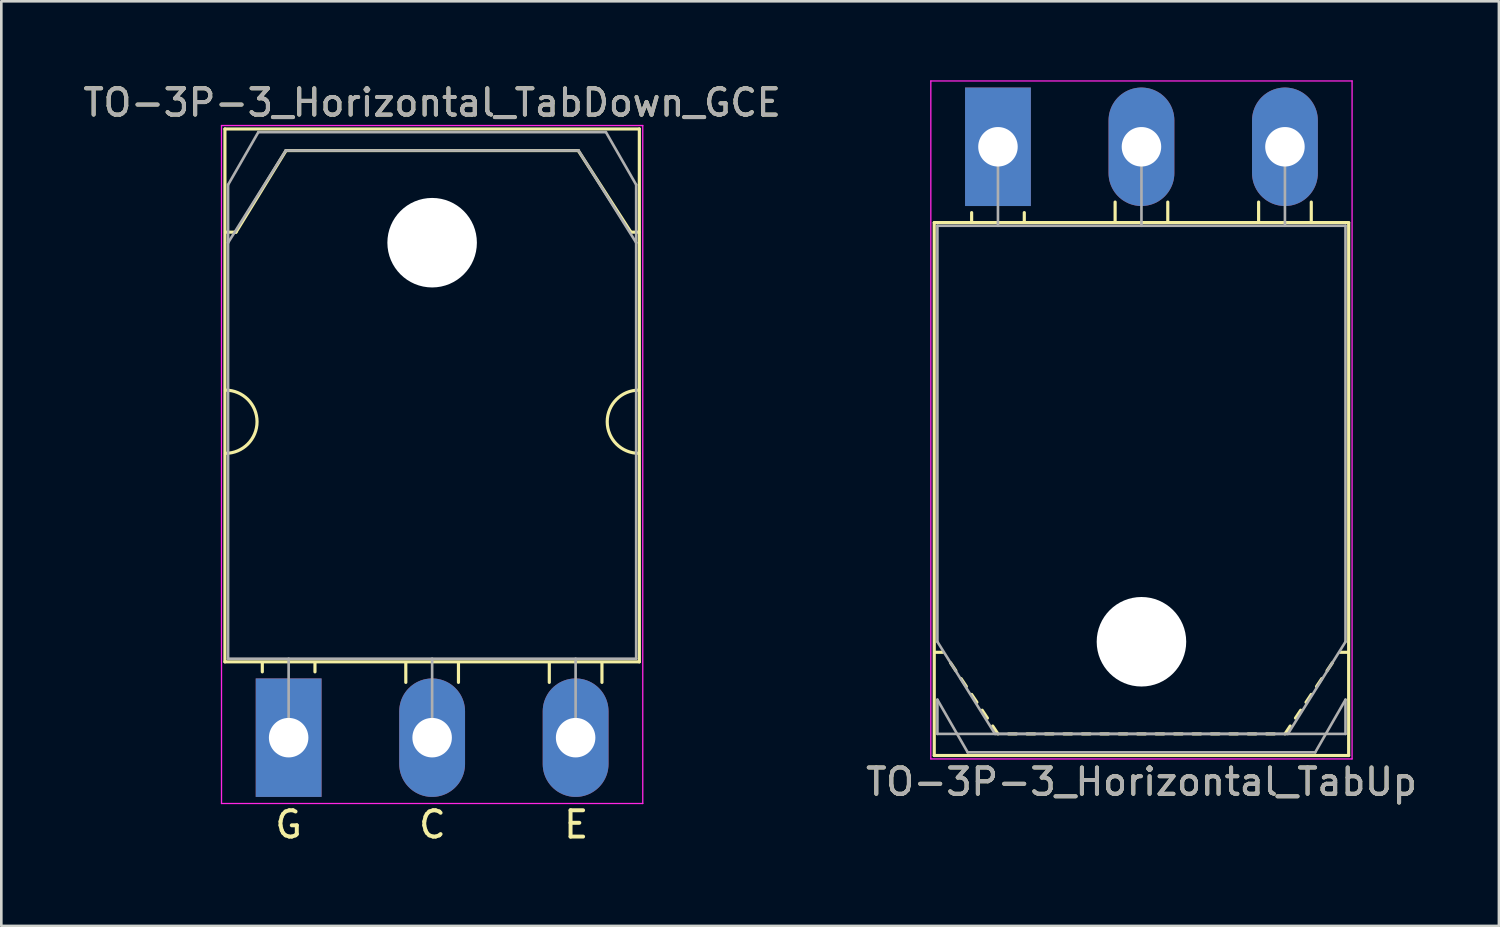
<source format=kicad_pcb>
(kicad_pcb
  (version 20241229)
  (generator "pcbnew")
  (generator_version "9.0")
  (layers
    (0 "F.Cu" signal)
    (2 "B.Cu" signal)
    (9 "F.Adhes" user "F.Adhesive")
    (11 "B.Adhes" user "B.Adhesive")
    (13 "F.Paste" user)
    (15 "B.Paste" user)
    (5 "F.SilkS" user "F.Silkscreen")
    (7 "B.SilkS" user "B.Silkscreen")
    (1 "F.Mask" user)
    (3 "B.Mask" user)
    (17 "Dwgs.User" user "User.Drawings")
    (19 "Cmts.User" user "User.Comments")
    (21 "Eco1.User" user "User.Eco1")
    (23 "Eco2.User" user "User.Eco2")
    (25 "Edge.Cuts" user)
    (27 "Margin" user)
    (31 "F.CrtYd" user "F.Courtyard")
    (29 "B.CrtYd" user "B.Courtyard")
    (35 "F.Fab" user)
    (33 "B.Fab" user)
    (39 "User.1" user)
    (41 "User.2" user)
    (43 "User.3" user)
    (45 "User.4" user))
  (footprint "TO-3P-3_Horizontal_TabDown_GCE"
    (layer "F.Cu")
    (at 7.913 24.968)
    (property "Reference" "TO-3P-3_Horizontal_TabDown_GCE" (at 5.45 -24.12 0) (layer "F.SilkS") (effects (font (size 1 1) (thickness 0.15))))
    (fp_line (start -2.42 -23.12) (end -2.42 -2.88) (stroke (width 0.12) (type solid)) (layer "F.SilkS"))
    (fp_line (start -2.42 -23.12) (end 13.32 -23.12) (stroke (width 0.12) (type solid)) (layer "F.SilkS"))
    (fp_line (start -2.42 -2.88) (end 13.32 -2.88) (stroke (width 0.12) (type solid)) (layer "F.SilkS"))
    (fp_line (start -2 -19.2) (end -2.4 -19.2) (stroke (width 0.12) (type solid)) (layer "F.SilkS"))
    (fp_line (start -2 -19.2) (end -0.1 -22.3) (stroke (width 0.12) (type solid)) (layer "F.SilkS"))
    (fp_line (start -1 -2.85) (end -1 -2.5) (stroke (width 0.12) (type solid)) (layer "F.SilkS"))
    (fp_line (start -0.1 -22.3) (end 11 -22.3) (stroke (width 0.12) (type solid)) (layer "F.SilkS"))
    (fp_line (start 1 -2.85) (end 1 -2.5) (stroke (width 0.12) (type solid)) (layer "F.SilkS"))
    (fp_line (start 4.45 -2.85) (end 4.45 -2.1) (stroke (width 0.12) (type solid)) (layer "F.SilkS"))
    (fp_line (start 6.45 -2.85) (end 6.45 -2.1) (stroke (width 0.12) (type solid)) (layer "F.SilkS"))
    (fp_line (start 9.9 -2.85) (end 9.9 -2.1) (stroke (width 0.12) (type solid)) (layer "F.SilkS"))
    (fp_line (start 11 -22.3) (end 13 -19.2) (stroke (width 0.12) (type solid)) (layer "F.SilkS"))
    (fp_line (start 11.9 -2.85) (end 11.9 -2.1) (stroke (width 0.12) (type solid)) (layer "F.SilkS"))
    (fp_line (start 13 -19.2) (end 13.3 -19.2) (stroke (width 0.12) (type solid)) (layer "F.SilkS"))
    (fp_line (start 13.32 -23.12) (end 13.32 -2.88) (stroke (width 0.12) (type solid)) (layer "F.SilkS"))
    (fp_arc (start -2.4 -13.2) (mid -1.2 -12) (end -2.4 -10.8) (stroke (width 0.12) (type solid)) (layer "F.SilkS"))
    (fp_arc (start 13.3 -10.8) (mid 12.1 -12) (end 13.3 -13.2) (stroke (width 0.12) (type solid)) (layer "F.SilkS"))
    (fp_line (start -2.55 -23.25) (end -2.55 2.5) (stroke (width 0.05) (type solid)) (layer "F.CrtYd"))
    (fp_line (start -2.55 2.5) (end 13.45 2.5) (stroke (width 0.05) (type solid)) (layer "F.CrtYd"))
    (fp_line (start 13.45 -23.25) (end -2.55 -23.25) (stroke (width 0.05) (type solid)) (layer "F.CrtYd"))
    (fp_line (start 13.45 2.5) (end 13.45 -23.25) (stroke (width 0.05) (type solid)) (layer "F.CrtYd"))
    (fp_line (start -2.3 -21) (end -1.15 -23) (stroke (width 0.1) (type solid)) (layer "F.Fab"))
    (fp_line (start -2.3 -18.8) (end -2.3 -21) (stroke (width 0.1) (type solid)) (layer "F.Fab"))
    (fp_line (start -2.3 -18.8) (end -0.11 -22.3) (stroke (width 0.1) (type solid)) (layer "F.Fab"))
    (fp_line (start -2.3 -3) (end -2.3 -18.8) (stroke (width 0.1) (type solid)) (layer "F.Fab"))
    (fp_line (start -1.15 -23) (end 12.05 -23) (stroke (width 0.1) (type solid)) (layer "F.Fab"))
    (fp_line (start -0.11 -22.3) (end 11.01 -22.3) (stroke (width 0.1) (type solid)) (layer "F.Fab"))
    (fp_line (start 0 -3) (end 0 0) (stroke (width 0.1) (type solid)) (layer "F.Fab"))
    (fp_line (start 5.45 -3) (end 5.45 0) (stroke (width 0.1) (type solid)) (layer "F.Fab"))
    (fp_line (start 10.9 -3) (end 10.9 0) (stroke (width 0.1) (type solid)) (layer "F.Fab"))
    (fp_line (start 11.01 -22.3) (end 13.2 -18.8) (stroke (width 0.1) (type solid)) (layer "F.Fab"))
    (fp_line (start 12.05 -23) (end 13.2 -21) (stroke (width 0.1) (type solid)) (layer "F.Fab"))
    (fp_line (start 13.2 -21) (end 13.2 -18.8) (stroke (width 0.1) (type solid)) (layer "F.Fab"))
    (fp_line (start 13.2 -18.8) (end 13.2 -3) (stroke (width 0.1) (type solid)) (layer "F.Fab"))
    (fp_line (start 13.2 -3) (end -2.3 -3) (stroke (width 0.1) (type solid)) (layer "F.Fab"))
    (fp_circle (center 5.45 -18.8) (end 7.05 -18.8) (stroke (width 0.1) (type solid)) (fill no) (layer "F.Fab"))
    (fp_text user "E" (at 10.922 3.302 0) (layer "F.SilkS") (effects (font (size 1 1) (thickness 0.15))))
    (fp_text user "G" (at 0 3.302 0) (layer "F.SilkS") (effects (font (size 1 1) (thickness 0.15))))
    (fp_text user "C" (at 5.461 3.302 0) (layer "F.SilkS") (effects (font (size 1 1) (thickness 0.15))))
    (fp_text user "${REFERENCE}" (at 5.45 -24.12 0) (layer "F.Fab") (effects (font (size 1 1) (thickness 0.15))))
    (pad "" np_thru_hole oval (at 5.45 -18.8) (size 3.4 3.4) (drill 3.4) (layers "*.Cu" "*.Mask"))
    (pad "1" thru_hole rect (at 0 0) (size 2.5 4.5) (drill 1.5) (layers "*.Cu" "*.Mask"))
    (pad "2" thru_hole oval (at 5.45 0) (size 2.5 4.5) (drill 1.5) (layers "*.Cu" "*.Mask"))
    (pad "3" thru_hole oval (at 10.9 0) (size 2.5 4.5) (drill 1.5) (layers "*.Cu" "*.Mask")))
  (footprint "TO-3P-3_Horizontal_TabUp"
    (layer "F.Cu")
    (at 34.854 2.525)
    (property "Reference" "TO-3P-3_Horizontal_TabUp" (at 5.45 24.12 0) (layer "F.SilkS") (effects (font (size 1 1) (thickness 0.15))))
    (attr through_hole)
    (fp_line (start -2.42 23.12) (end -2.42 2.88) (stroke (width 0.12) (type solid)) (layer "F.SilkS"))
    (fp_line (start -2.1 19.2) (end -2.4 19.2) (stroke (width 0.12) (type solid)) (layer "F.SilkS"))
    (fp_line (start -1.8 19.6) (end -1.6 19.9) (stroke (width 0.12) (type solid)) (layer "F.SilkS"))
    (fp_line (start -1.4 20.2) (end -1.2 20.5) (stroke (width 0.12) (type solid)) (layer "F.SilkS"))
    (fp_line (start -1 2.85) (end -1 2.5) (stroke (width 0.12) (type solid)) (layer "F.SilkS"))
    (fp_line (start -1 20.8) (end -0.8 21.1) (stroke (width 0.12) (type solid)) (layer "F.SilkS"))
    (fp_line (start -0.6 21.4) (end -0.4 21.7) (stroke (width 0.12) (type solid)) (layer "F.SilkS"))
    (fp_line (start -0.2 22) (end 0 22.3) (stroke (width 0.12) (type solid)) (layer "F.SilkS"))
    (fp_line (start 0.7 22.3) (end 0.4 22.3) (stroke (width 0.12) (type solid)) (layer "F.SilkS"))
    (fp_line (start 1 2.85) (end 1 2.5) (stroke (width 0.12) (type solid)) (layer "F.SilkS"))
    (fp_line (start 1.4 22.3) (end 1.1 22.3) (stroke (width 0.12) (type solid)) (layer "F.SilkS"))
    (fp_line (start 2.1 22.3) (end 1.8 22.3) (stroke (width 0.12) (type solid)) (layer "F.SilkS"))
    (fp_line (start 2.8 22.3) (end 2.5 22.3) (stroke (width 0.12) (type solid)) (layer "F.SilkS"))
    (fp_line (start 3.5 22.3) (end 3.2 22.3) (stroke (width 0.12) (type solid)) (layer "F.SilkS"))
    (fp_line (start 4.2 22.3) (end 3.9 22.3) (stroke (width 0.12) (type solid)) (layer "F.SilkS"))
    (fp_line (start 4.45 2.85) (end 4.45 2.1) (stroke (width 0.12) (type solid)) (layer "F.SilkS"))
    (fp_line (start 4.9 22.3) (end 4.6 22.3) (stroke (width 0.12) (type solid)) (layer "F.SilkS"))
    (fp_line (start 5.6 22.3) (end 5.3 22.3) (stroke (width 0.12) (type solid)) (layer "F.SilkS"))
    (fp_line (start 6.3 22.3) (end 6 22.3) (stroke (width 0.12) (type solid)) (layer "F.SilkS"))
    (fp_line (start 6.45 2.85) (end 6.45 2.1) (stroke (width 0.12) (type solid)) (layer "F.SilkS"))
    (fp_line (start 7 22.3) (end 6.7 22.3) (stroke (width 0.12) (type solid)) (layer "F.SilkS"))
    (fp_line (start 7.7 22.3) (end 7.4 22.3) (stroke (width 0.12) (type solid)) (layer "F.SilkS"))
    (fp_line (start 8.4 22.3) (end 8.1 22.3) (stroke (width 0.12) (type solid)) (layer "F.SilkS"))
    (fp_line (start 9.1 22.3) (end 8.8 22.3) (stroke (width 0.12) (type solid)) (layer "F.SilkS"))
    (fp_line (start 9.8 22.3) (end 9.5 22.3) (stroke (width 0.12) (type solid)) (layer "F.SilkS"))
    (fp_line (start 9.9 2.85) (end 9.9 2.1) (stroke (width 0.12) (type solid)) (layer "F.SilkS"))
    (fp_line (start 10.5 22.3) (end 10.2 22.3) (stroke (width 0.12) (type solid)) (layer "F.SilkS"))
    (fp_line (start 11.1 22) (end 10.9 22.3) (stroke (width 0.12) (type solid)) (layer "F.SilkS"))
    (fp_line (start 11.5 21.4) (end 11.3 21.7) (stroke (width 0.12) (type solid)) (layer "F.SilkS"))
    (fp_line (start 11.9 2.85) (end 11.9 2.1) (stroke (width 0.12) (type solid)) (layer "F.SilkS"))
    (fp_line (start 11.9 20.8) (end 11.7 21.1) (stroke (width 0.12) (type solid)) (layer "F.SilkS"))
    (fp_line (start 12.3 20.2) (end 12.1 20.5) (stroke (width 0.12) (type solid)) (layer "F.SilkS"))
    (fp_line (start 12.7 19.6) (end 12.5 19.9) (stroke (width 0.12) (type solid)) (layer "F.SilkS"))
    (fp_line (start 13 19.2) (end 13.3 19.2) (stroke (width 0.12) (type solid)) (layer "F.SilkS"))
    (fp_line (start 13.32 2.88) (end -2.42 2.88) (stroke (width 0.12) (type solid)) (layer "F.SilkS"))
    (fp_line (start 13.32 23.12) (end -2.42 23.12) (stroke (width 0.12) (type solid)) (layer "F.SilkS"))
    (fp_line (start 13.32 23.12) (end 13.32 2.88) (stroke (width 0.12) (type solid)) (layer "F.SilkS"))
    (fp_line (start -2.55 -2.5) (end -2.55 23.25) (stroke (width 0.05) (type solid)) (layer "F.CrtYd"))
    (fp_line (start -2.55 23.25) (end 13.45 23.25) (stroke (width 0.05) (type solid)) (layer "F.CrtYd"))
    (fp_line (start 13.45 -2.5) (end -2.55 -2.5) (stroke (width 0.05) (type solid)) (layer "F.CrtYd"))
    (fp_line (start 13.45 23.25) (end 13.45 -2.5) (stroke (width 0.05) (type solid)) (layer "F.CrtYd"))
    (fp_line (start -2.3 3) (end -2.3 18.8) (stroke (width 0.1) (type solid)) (layer "F.Fab"))
    (fp_line (start -2.3 18.8) (end -0.11 22.3) (stroke (width 0.1) (type solid)) (layer "F.Fab"))
    (fp_line (start -2.3 21) (end -1.15 23) (stroke (width 0.1) (type solid)) (layer "F.Fab"))
    (fp_line (start -2.3 22.3) (end -2.3 21) (stroke (width 0.1) (type solid)) (layer "F.Fab"))
    (fp_line (start -1.15 23) (end 12.05 23) (stroke (width 0.1) (type solid)) (layer "F.Fab"))
    (fp_line (start -0.11 22.3) (end 11.01 22.3) (stroke (width 0.1) (type solid)) (layer "F.Fab"))
    (fp_line (start 0 3) (end 0 0) (stroke (width 0.1) (type solid)) (layer "F.Fab"))
    (fp_line (start 5.45 3) (end 5.45 0) (stroke (width 0.1) (type solid)) (layer "F.Fab"))
    (fp_line (start 10.9 3) (end 10.9 0) (stroke (width 0.1) (type solid)) (layer "F.Fab"))
    (fp_line (start 11.01 22.3) (end 13.2 18.8) (stroke (width 0.1) (type solid)) (layer "F.Fab"))
    (fp_line (start 12.05 23) (end 13.2 21) (stroke (width 0.1) (type solid)) (layer "F.Fab"))
    (fp_line (start 13.2 3) (end -2.3 3) (stroke (width 0.1) (type solid)) (layer "F.Fab"))
    (fp_line (start 13.2 18.8) (end 13.2 3) (stroke (width 0.1) (type solid)) (layer "F.Fab"))
    (fp_line (start 13.2 21) (end 13.2 22.3) (stroke (width 0.1) (type solid)) (layer "F.Fab"))
    (fp_line (start 13.2 22.3) (end -2.3 22.3) (stroke (width 0.1) (type solid)) (layer "F.Fab"))
    (fp_circle (center 5.45 18.8) (end 7.05 18.8) (stroke (width 0.1) (type solid)) (fill no) (layer "F.Fab"))
    (fp_text user "${REFERENCE}" (at 5.45 24.12 0) (layer "F.Fab") (effects (font (size 1 1) (thickness 0.15))))
    (pad "" np_thru_hole oval (at 5.45 18.8) (size 3.4 3.4) (drill 3.4) (layers "*.Cu" "*.Mask"))
    (pad "1" thru_hole rect (at 0 0) (size 2.5 4.5) (drill 1.5) (layers "*.Cu" "*.Mask"))
    (pad "2" thru_hole oval (at 5.45 0) (size 2.5 4.5) (drill 1.5) (layers "*.Cu" "*.Mask"))
    (pad "3" thru_hole oval (at 10.9 0) (size 2.5 4.5) (drill 1.5) (layers "*.Cu" "*.Mask")))
  (gr_rect
    (start -3 -3)
    (end 53.881 32.118)
    (stroke (width 0.1) (type default))
    (fill no)
    (layer "Edge.Cuts")))
</source>
